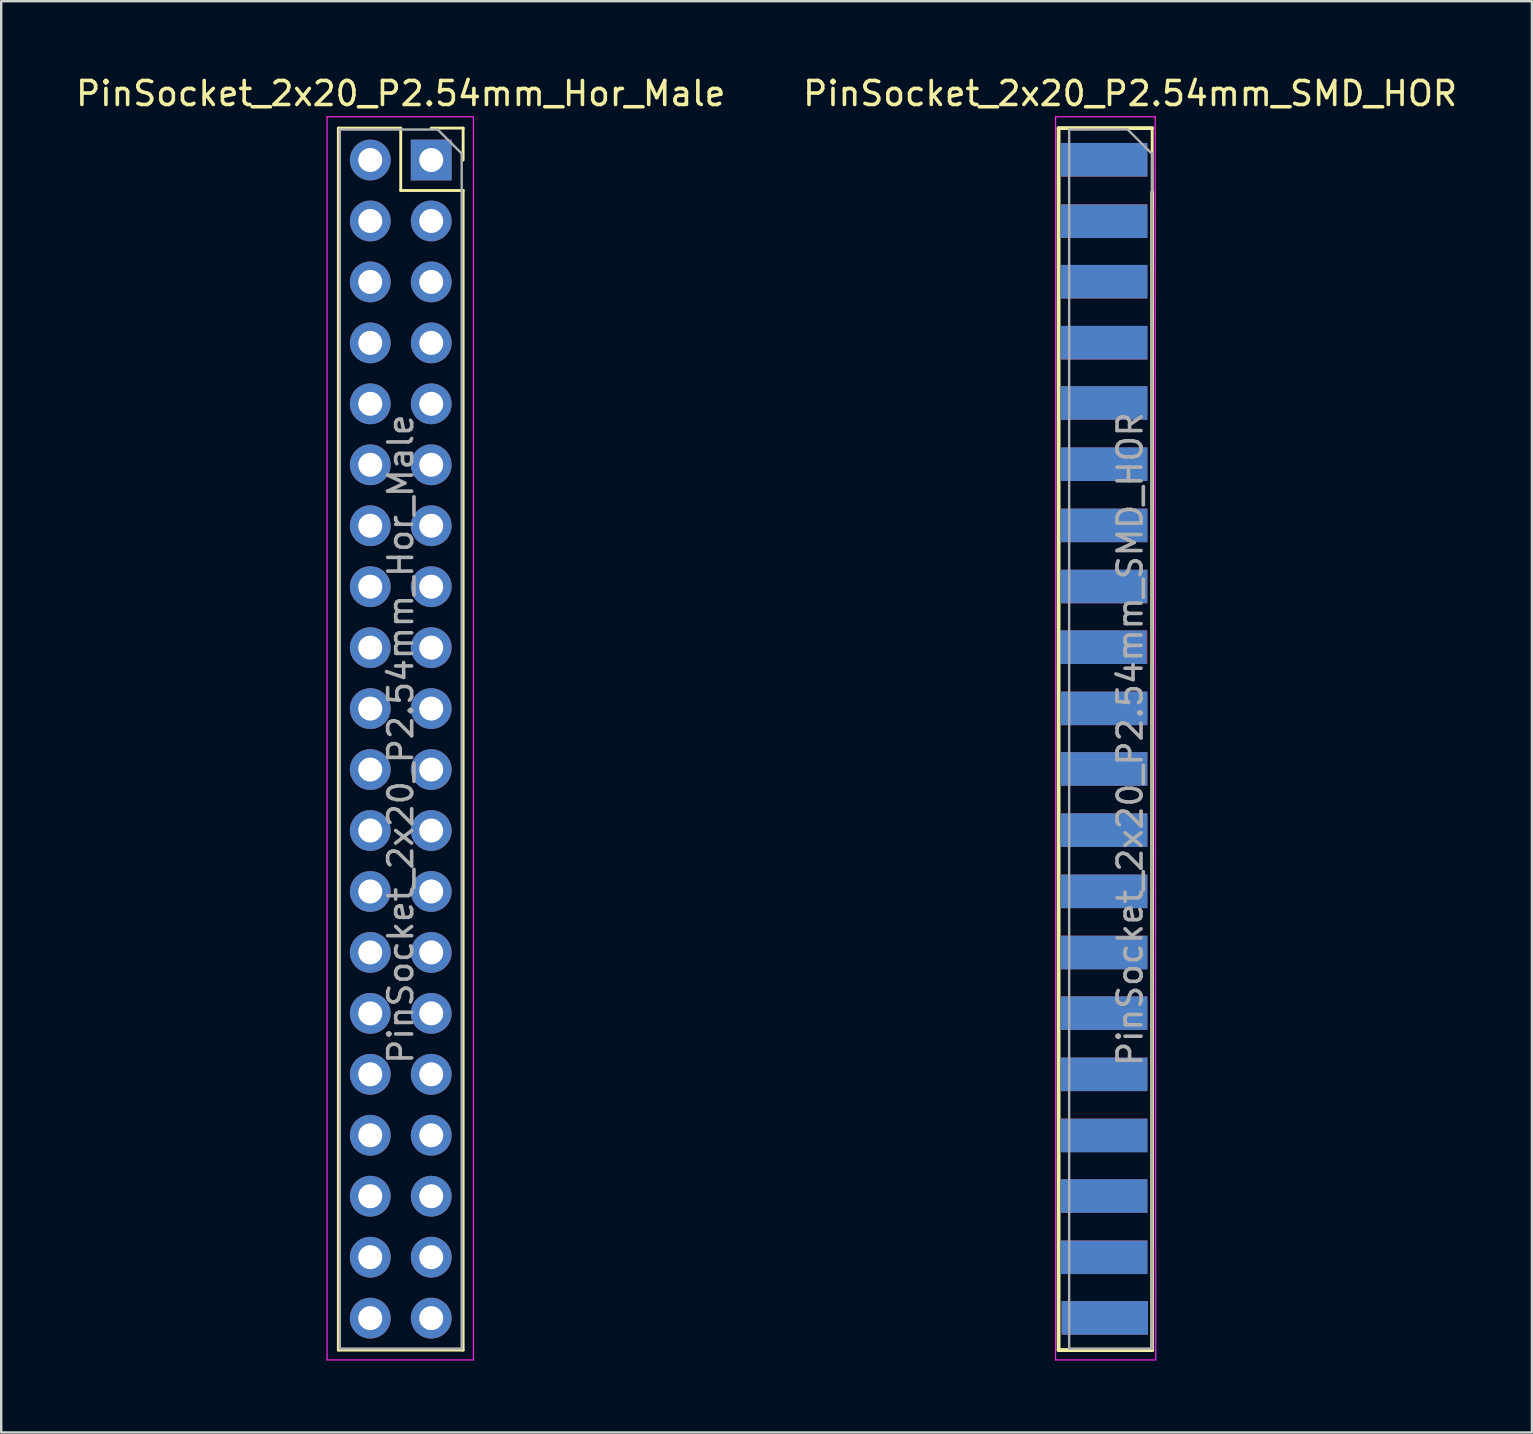
<source format=kicad_pcb>
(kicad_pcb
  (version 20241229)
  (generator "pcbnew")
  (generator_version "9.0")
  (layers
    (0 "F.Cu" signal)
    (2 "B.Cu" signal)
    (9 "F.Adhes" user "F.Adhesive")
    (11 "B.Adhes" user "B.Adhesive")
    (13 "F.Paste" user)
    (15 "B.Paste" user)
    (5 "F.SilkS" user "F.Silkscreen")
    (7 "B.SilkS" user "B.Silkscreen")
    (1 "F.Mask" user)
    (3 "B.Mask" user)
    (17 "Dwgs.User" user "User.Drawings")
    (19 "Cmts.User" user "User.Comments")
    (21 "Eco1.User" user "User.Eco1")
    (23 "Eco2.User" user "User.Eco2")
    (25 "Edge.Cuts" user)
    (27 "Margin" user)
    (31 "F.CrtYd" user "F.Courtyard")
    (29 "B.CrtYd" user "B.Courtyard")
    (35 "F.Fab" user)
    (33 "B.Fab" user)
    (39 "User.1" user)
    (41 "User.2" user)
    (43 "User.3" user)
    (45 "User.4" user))
  (footprint "PinSocket_2x20_P2.54mm_Hor_Male"
    (layer "F.Cu")
    (at 14.919 3.618)
    (property "Reference" "PinSocket_2x20_P2.54mm_Hor_Male" (at -1.27 -2.77 0) (layer "F.SilkS") (effects (font (size 1 1) (thickness 0.15))))
    (attr through_hole)
    (fp_line (start -3.87 -1.33) (end -3.87 49.59) (stroke (width 0.12) (type solid)) (layer "F.SilkS"))
    (fp_line (start -3.87 -1.33) (end -1.27 -1.33) (stroke (width 0.12) (type solid)) (layer "F.SilkS"))
    (fp_line (start -3.87 49.59) (end 1.33 49.59) (stroke (width 0.12) (type solid)) (layer "F.SilkS"))
    (fp_line (start -1.27 -1.33) (end -1.27 1.27) (stroke (width 0.12) (type solid)) (layer "F.SilkS"))
    (fp_line (start -1.27 1.27) (end 1.33 1.27) (stroke (width 0.12) (type solid)) (layer "F.SilkS"))
    (fp_line (start 0 -1.33) (end 1.33 -1.33) (stroke (width 0.12) (type solid)) (layer "F.SilkS"))
    (fp_line (start 1.33 -1.33) (end 1.33 0) (stroke (width 0.12) (type solid)) (layer "F.SilkS"))
    (fp_line (start 1.33 1.27) (end 1.33 49.59) (stroke (width 0.12) (type solid)) (layer "F.SilkS"))
    (fp_line (start -4.34 -1.8) (end 1.76 -1.8) (stroke (width 0.05) (type solid)) (layer "F.CrtYd"))
    (fp_line (start -4.34 50) (end -4.34 -1.8) (stroke (width 0.05) (type solid)) (layer "F.CrtYd"))
    (fp_line (start 1.76 -1.8) (end 1.76 50) (stroke (width 0.05) (type solid)) (layer "F.CrtYd"))
    (fp_line (start 1.76 50) (end -4.34 50) (stroke (width 0.05) (type solid)) (layer "F.CrtYd"))
    (fp_line (start -3.81 -1.27) (end 0.27 -1.27) (stroke (width 0.1) (type solid)) (layer "F.Fab"))
    (fp_line (start -3.81 49.53) (end -3.81 -1.27) (stroke (width 0.1) (type solid)) (layer "F.Fab"))
    (fp_line (start 0.27 -1.27) (end 1.27 -0.27) (stroke (width 0.1) (type solid)) (layer "F.Fab"))
    (fp_line (start 1.27 -0.27) (end 1.27 49.53) (stroke (width 0.1) (type solid)) (layer "F.Fab"))
    (fp_line (start 1.27 49.53) (end -3.81 49.53) (stroke (width 0.1) (type solid)) (layer "F.Fab"))
    (fp_text user "${REFERENCE}" (at -1.27 24.13 90) (layer "F.Fab") (effects (font (size 1 1) (thickness 0.15))))
    (pad "1" thru_hole rect (at 0 0) (size 1.7 1.7) (drill 1) (layers "*.Cu" "*.Mask"))
    (pad "2" thru_hole oval (at -2.54 0) (size 1.7 1.7) (drill 1) (layers "*.Cu" "*.Mask"))
    (pad "3" thru_hole oval (at 0 2.54) (size 1.7 1.7) (drill 1) (layers "*.Cu" "*.Mask"))
    (pad "4" thru_hole oval (at -2.54 2.54) (size 1.7 1.7) (drill 1) (layers "*.Cu" "*.Mask"))
    (pad "5" thru_hole oval (at 0 5.08) (size 1.7 1.7) (drill 1) (layers "*.Cu" "*.Mask"))
    (pad "6" thru_hole oval (at -2.54 5.08) (size 1.7 1.7) (drill 1) (layers "*.Cu" "*.Mask"))
    (pad "7" thru_hole oval (at 0 7.62) (size 1.7 1.7) (drill 1) (layers "*.Cu" "*.Mask"))
    (pad "8" thru_hole oval (at -2.54 7.62) (size 1.7 1.7) (drill 1) (layers "*.Cu" "*.Mask"))
    (pad "9" thru_hole oval (at 0 10.16) (size 1.7 1.7) (drill 1) (layers "*.Cu" "*.Mask"))
    (pad "10" thru_hole oval (at -2.54 10.16) (size 1.7 1.7) (drill 1) (layers "*.Cu" "*.Mask"))
    (pad "11" thru_hole oval (at 0 12.7) (size 1.7 1.7) (drill 1) (layers "*.Cu" "*.Mask"))
    (pad "12" thru_hole oval (at -2.54 12.7) (size 1.7 1.7) (drill 1) (layers "*.Cu" "*.Mask"))
    (pad "13" thru_hole oval (at 0 15.24) (size 1.7 1.7) (drill 1) (layers "*.Cu" "*.Mask"))
    (pad "14" thru_hole oval (at -2.54 15.24) (size 1.7 1.7) (drill 1) (layers "*.Cu" "*.Mask"))
    (pad "15" thru_hole oval (at 0 17.78) (size 1.7 1.7) (drill 1) (layers "*.Cu" "*.Mask"))
    (pad "16" thru_hole oval (at -2.54 17.78) (size 1.7 1.7) (drill 1) (layers "*.Cu" "*.Mask"))
    (pad "17" thru_hole oval (at 0 20.32) (size 1.7 1.7) (drill 1) (layers "*.Cu" "*.Mask"))
    (pad "18" thru_hole oval (at -2.54 20.32) (size 1.7 1.7) (drill 1) (layers "*.Cu" "*.Mask"))
    (pad "19" thru_hole oval (at 0 22.86) (size 1.7 1.7) (drill 1) (layers "*.Cu" "*.Mask"))
    (pad "20" thru_hole oval (at -2.54 22.86) (size 1.7 1.7) (drill 1) (layers "*.Cu" "*.Mask"))
    (pad "21" thru_hole oval (at 0 25.4) (size 1.7 1.7) (drill 1) (layers "*.Cu" "*.Mask"))
    (pad "22" thru_hole oval (at -2.54 25.4) (size 1.7 1.7) (drill 1) (layers "*.Cu" "*.Mask"))
    (pad "23" thru_hole oval (at 0 27.94) (size 1.7 1.7) (drill 1) (layers "*.Cu" "*.Mask"))
    (pad "24" thru_hole oval (at -2.54 27.94) (size 1.7 1.7) (drill 1) (layers "*.Cu" "*.Mask"))
    (pad "25" thru_hole oval (at 0 30.48) (size 1.7 1.7) (drill 1) (layers "*.Cu" "*.Mask"))
    (pad "26" thru_hole oval (at -2.54 30.48) (size 1.7 1.7) (drill 1) (layers "*.Cu" "*.Mask"))
    (pad "27" thru_hole oval (at 0 33.02) (size 1.7 1.7) (drill 1) (layers "*.Cu" "*.Mask"))
    (pad "28" thru_hole oval (at -2.54 33.02) (size 1.7 1.7) (drill 1) (layers "*.Cu" "*.Mask"))
    (pad "29" thru_hole oval (at 0 35.56) (size 1.7 1.7) (drill 1) (layers "*.Cu" "*.Mask"))
    (pad "30" thru_hole oval (at -2.54 35.56) (size 1.7 1.7) (drill 1) (layers "*.Cu" "*.Mask"))
    (pad "31" thru_hole oval (at 0 38.1) (size 1.7 1.7) (drill 1) (layers "*.Cu" "*.Mask"))
    (pad "32" thru_hole oval (at -2.54 38.1) (size 1.7 1.7) (drill 1) (layers "*.Cu" "*.Mask"))
    (pad "33" thru_hole oval (at 0 40.64) (size 1.7 1.7) (drill 1) (layers "*.Cu" "*.Mask"))
    (pad "34" thru_hole oval (at -2.54 40.64) (size 1.7 1.7) (drill 1) (layers "*.Cu" "*.Mask"))
    (pad "35" thru_hole oval (at 0 43.18) (size 1.7 1.7) (drill 1) (layers "*.Cu" "*.Mask"))
    (pad "36" thru_hole oval (at -2.54 43.18) (size 1.7 1.7) (drill 1) (layers "*.Cu" "*.Mask"))
    (pad "37" thru_hole oval (at 0 45.72) (size 1.7 1.7) (drill 1) (layers "*.Cu" "*.Mask"))
    (pad "38" thru_hole oval (at -2.54 45.72) (size 1.7 1.7) (drill 1) (layers "*.Cu" "*.Mask"))
    (pad "39" thru_hole oval (at 0 48.26) (size 1.7 1.7) (drill 1) (layers "*.Cu" "*.Mask"))
    (pad "40" thru_hole oval (at -2.54 48.26) (size 1.7 1.7) (drill 1) (layers "*.Cu" "*.Mask")))
  (footprint "PinSocket_2x20_P2.54mm_SMD_HOR"
    (layer "F.Cu")
    (at 45.312 3.618)
    (property "Reference" "PinSocket_2x20_P2.54mm_SMD_HOR" (at -1.27 -2.77 0) (layer "F.SilkS") (effects (font (size 1 1) (thickness 0.15))))
    (attr through_hole)
    (fp_line (start -4.25 -1.33) (end -0.35 -1.33) (stroke (width 0.16) (type solid)) (layer "F.SilkS"))
    (fp_line (start -4.25 -1.32) (end -4.25 49.59) (stroke (width 0.16) (type solid)) (layer "F.SilkS"))
    (fp_line (start -4.25 49.59) (end -0.35 49.59) (stroke (width 0.16) (type solid)) (layer "F.SilkS"))
    (fp_line (start -0.35 -1.325) (end -0.35 1.35) (stroke (width 0.12) (type solid)) (layer "F.SilkS"))
    (fp_line (start -0.35 1.35) (end -0.35 49.59) (stroke (width 0.16) (type solid)) (layer "F.SilkS"))
    (fp_line (start -4.375 -1.8) (end -0.225 -1.8) (stroke (width 0.05) (type solid)) (layer "F.CrtYd"))
    (fp_line (start -4.375 50) (end -4.375 -1.8) (stroke (width 0.05) (type solid)) (layer "F.CrtYd"))
    (fp_line (start -0.225 -1.8) (end -0.2 50) (stroke (width 0.05) (type solid)) (layer "F.CrtYd"))
    (fp_line (start -0.2 50) (end -4.375 50) (stroke (width 0.05) (type solid)) (layer "F.CrtYd"))
    (fp_line (start -3.81 -1.27) (end -1.375 -1.275) (stroke (width 0.1) (type solid)) (layer "F.Fab"))
    (fp_line (start -3.81 49.53) (end -3.81 -1.27) (stroke (width 0.1) (type solid)) (layer "F.Fab"))
    (fp_line (start -1.375 -1.275) (end -0.375 -0.275) (stroke (width 0.1) (type solid)) (layer "F.Fab"))
    (fp_line (start -0.35 -0.27) (end -0.35 49.53) (stroke (width 0.1) (type solid)) (layer "F.Fab"))
    (fp_line (start -0.35 49.53) (end -3.81 49.53) (stroke (width 0.1) (type solid)) (layer "F.Fab"))
    (fp_text user "${REFERENCE}" (at -1.27 24.13 90) (layer "F.Fab") (effects (font (size 1 1) (thickness 0.15))))
    (pad "1" smd rect (at -2.35 -0.01) (size 3.6 1.4) (layers "B.Cu" "B.Mask" "B.Paste"))
    (pad "2" smd rect (at -2.35 0) (size 3.6 1.4) (layers "F.Cu" "F.Mask" "F.Paste"))
    (pad "3" smd rect (at -2.35 2.55) (size 3.6 1.4) (layers "B.Cu" "B.Mask" "B.Paste"))
    (pad "4" smd rect (at -2.35 2.54) (size 3.6 1.4) (layers "F.Cu" "F.Mask" "F.Paste"))
    (pad "5" smd rect (at -2.35 5.07) (size 3.6 1.4) (layers "B.Cu" "B.Mask" "B.Paste"))
    (pad "6" smd rect (at -2.35 5.075) (size 3.6 1.4) (layers "F.Cu" "F.Mask" "F.Paste"))
    (pad "7" smd rect (at -2.35 7.61) (size 3.6 1.4) (layers "B.Cu" "B.Mask" "B.Paste"))
    (pad "8" smd rect (at -2.35 7.62) (size 3.6 1.4) (layers "F.Cu" "F.Mask" "F.Paste"))
    (pad "9" smd rect (at -2.35 10.125) (size 3.6 1.4) (layers "B.Cu" "B.Mask" "B.Paste"))
    (pad "10" smd rect (at -2.35 10.125) (size 3.6 1.4) (layers "F.Cu" "F.Mask" "F.Paste"))
    (pad "11" smd rect (at -2.35 12.675) (size 3.6 1.4) (layers "B.Cu" "B.Mask" "B.Paste"))
    (pad "12" smd rect (at -2.35 12.675) (size 3.6 1.4) (layers "F.Cu" "F.Mask" "F.Paste"))
    (pad "13" smd rect (at -2.35 15.225) (size 3.6 1.4) (layers "B.Cu" "B.Mask" "B.Paste"))
    (pad "14" smd rect (at -2.35 15.225) (size 3.6 1.4) (layers "F.Cu" "F.Mask" "F.Paste"))
    (pad "15" smd rect (at -2.35 17.77) (size 3.6 1.4) (layers "B.Cu" "B.Mask" "B.Paste"))
    (pad "16" smd rect (at -2.35 17.775) (size 3.6 1.4) (layers "F.Cu" "F.Mask" "F.Paste"))
    (pad "17" smd rect (at -2.375 20.3) (size 3.6 1.4) (layers "B.Cu" "B.Mask" "B.Paste"))
    (pad "18" smd rect (at -2.35 20.3) (size 3.6 1.4) (layers "F.Cu" "F.Mask" "F.Paste"))
    (pad "19" smd rect (at -2.35 22.85) (size 3.6 1.4) (layers "B.Cu" "B.Mask" "B.Paste"))
    (pad "20" smd rect (at -2.35 22.85) (size 3.6 1.4) (layers "F.Cu" "F.Mask" "F.Paste"))
    (pad "21" smd rect (at -2.35 25.375) (size 3.6 1.4) (layers "B.Cu" "B.Mask" "B.Paste"))
    (pad "22" smd rect (at -2.35 25.375) (size 3.6 1.4) (layers "F.Cu" "F.Mask" "F.Paste"))
    (pad "23" smd rect (at -2.35 27.925) (size 3.6 1.4) (layers "B.Cu" "B.Mask" "B.Paste"))
    (pad "24" smd rect (at -2.35 27.925) (size 3.6 1.4) (layers "F.Cu" "F.Mask" "F.Paste"))
    (pad "25" smd rect (at -2.35 30.475) (size 3.6 1.4) (layers "B.Cu" "B.Mask" "B.Paste"))
    (pad "26" smd rect (at -2.35 30.475) (size 3.6 1.4) (layers "F.Cu" "F.Mask" "F.Paste"))
    (pad "27" smd rect (at -2.35 33.025) (size 3.6 1.4) (layers "B.Cu" "B.Mask" "B.Paste"))
    (pad "28" smd rect (at -2.35 33.02) (size 3.6 1.4) (layers "F.Cu" "F.Mask" "F.Paste"))
    (pad "29" smd rect (at -2.35 35.55) (size 3.6 1.4) (layers "B.Cu" "B.Mask" "B.Paste"))
    (pad "30" smd rect (at -2.35 35.55) (size 3.6 1.4) (layers "F.Cu" "F.Mask" "F.Paste"))
    (pad "31" smd rect (at -2.35 38.1) (size 3.6 1.4) (layers "B.Cu" "B.Mask" "B.Paste"))
    (pad "32" smd rect (at -2.35 38.1) (size 3.6 1.4) (layers "F.Cu" "F.Mask" "F.Paste"))
    (pad "33" smd rect (at -2.35 40.65) (size 3.6 1.4) (layers "B.Cu" "B.Mask" "B.Paste"))
    (pad "34" smd rect (at -2.35 40.64) (size 3.6 1.4) (layers "F.Cu" "F.Mask" "F.Paste"))
    (pad "35" smd rect (at -2.35 43.17) (size 3.6 1.4) (layers "B.Cu" "B.Mask" "B.Paste"))
    (pad "36" smd rect (at -2.35 43.175) (size 3.6 1.4) (layers "F.Cu" "F.Mask" "F.Paste"))
    (pad "37" smd rect (at -2.35 45.725) (size 3.6 1.4) (layers "B.Cu" "B.Mask" "B.Paste"))
    (pad "38" smd rect (at -2.35 45.72) (size 3.6 1.4) (layers "F.Cu" "F.Mask" "F.Paste"))
    (pad "39" smd rect (at -2.325 48.25) (size 3.6 1.4) (layers "B.Cu" "B.Mask" "B.Paste"))
    (pad "40" smd rect (at -2.325 48.25) (size 3.6 1.4) (layers "F.Cu" "F.Mask" "F.Paste")))
  (gr_rect
    (start -3 -3)
    (end 60.786 56.643)
    (stroke (width 0.1) (type default))
    (fill no)
    (layer "Edge.Cuts")))
</source>
